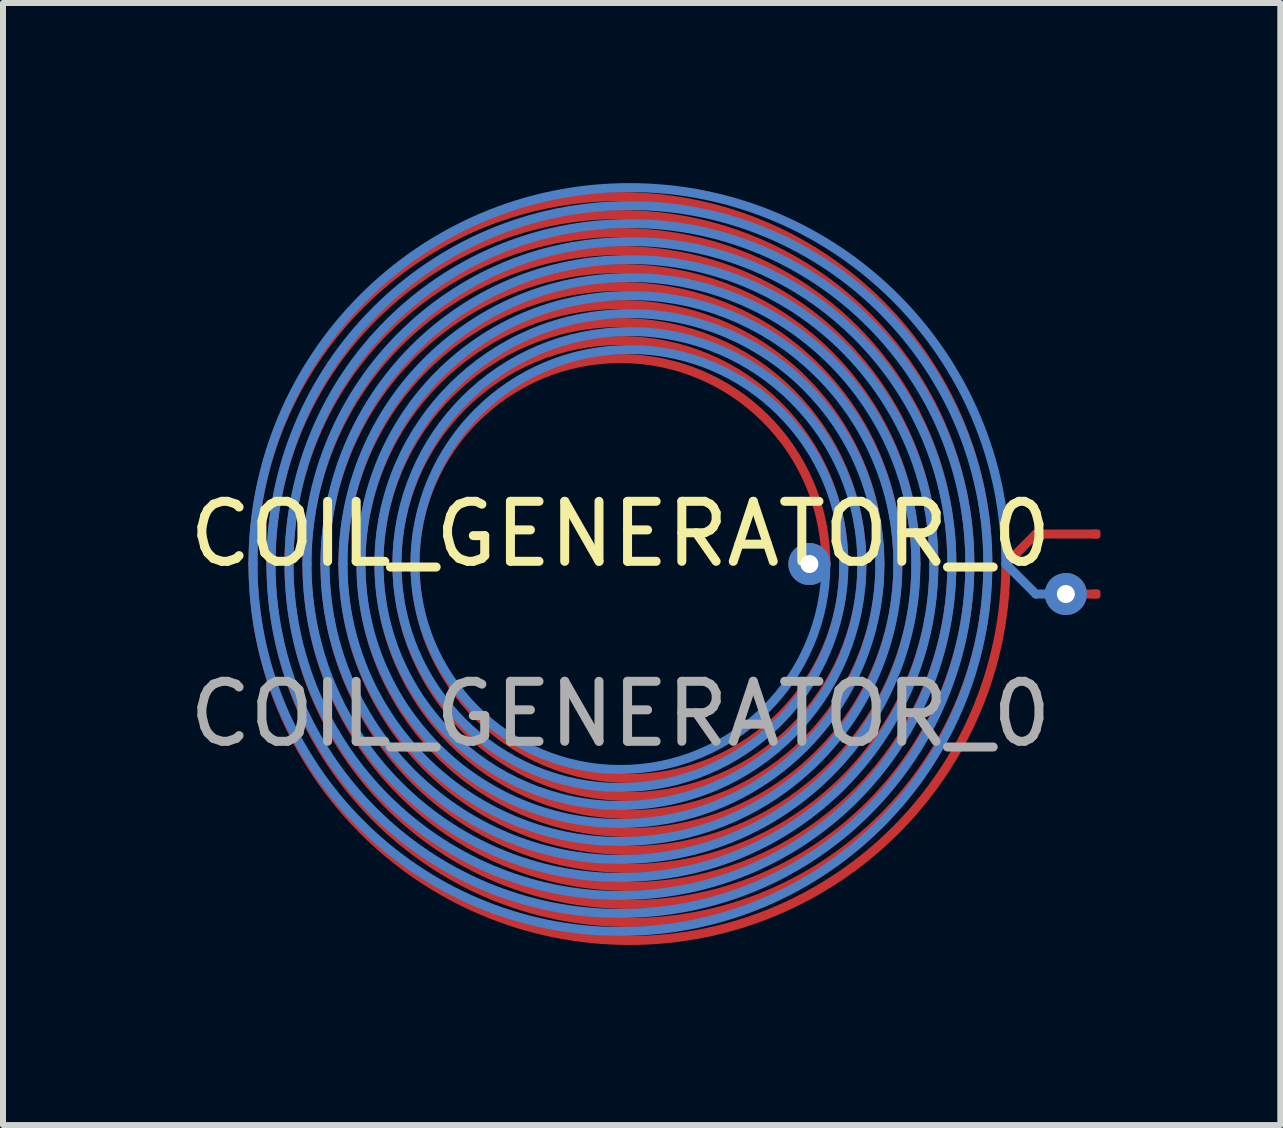
<source format=kicad_pcb>
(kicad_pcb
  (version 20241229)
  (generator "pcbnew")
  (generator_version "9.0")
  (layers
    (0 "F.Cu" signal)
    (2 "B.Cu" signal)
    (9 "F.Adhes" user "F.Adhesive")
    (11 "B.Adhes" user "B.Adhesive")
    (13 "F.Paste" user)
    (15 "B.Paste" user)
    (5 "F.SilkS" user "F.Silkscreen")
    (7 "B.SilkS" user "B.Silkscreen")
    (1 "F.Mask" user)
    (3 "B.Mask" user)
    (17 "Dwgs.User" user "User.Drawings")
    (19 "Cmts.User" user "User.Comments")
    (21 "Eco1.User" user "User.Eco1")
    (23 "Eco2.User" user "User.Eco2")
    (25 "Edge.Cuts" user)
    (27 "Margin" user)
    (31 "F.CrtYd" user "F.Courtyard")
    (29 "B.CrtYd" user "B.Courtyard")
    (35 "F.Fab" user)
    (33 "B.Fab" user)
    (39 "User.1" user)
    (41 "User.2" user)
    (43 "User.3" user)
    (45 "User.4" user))
  (footprint "COIL_GENERATOR_0"
    (layer "F.Cu")
    (at 7.292 6.352)
    (property "Reference" "COIL_GENERATOR_0" (at 0 -0.5 0) (unlocked yes) (layer "F.SilkS") (effects (font (size 1 1) (thickness 0.15))))
    (attr smd)
    (fp_line (start 6.425 0) (end 6.925 -0.5) (stroke (width 0.15) (type solid)) (layer "F.Cu"))
    (fp_line (start 6.925 -0.5) (end 7.925 -0.5) (stroke (width 0.15) (type solid)) (layer "F.Cu"))
    (fp_line (start 7.425 0.5) (end 7.925 0.5) (stroke (width 0.15) (type solid)) (layer "F.Cu"))
    (fp_arc (start -6.125 0) (mid 0 -6.125) (end 6.125 0) (stroke (width 0.15) (type solid)) (layer "F.Cu"))
    (fp_arc (start -5.825 0) (mid 0 -5.825) (end 5.825 0) (stroke (width 0.15) (type solid)) (layer "F.Cu"))
    (fp_arc (start -5.525 0) (mid 0 -5.525) (end 5.525 0) (stroke (width 0.15) (type solid)) (layer "F.Cu"))
    (fp_arc (start -5.225 0) (mid 0 -5.225) (end 5.225 0) (stroke (width 0.15) (type solid)) (layer "F.Cu"))
    (fp_arc (start -4.925 0) (mid 0 -4.925) (end 4.925 0) (stroke (width 0.15) (type solid)) (layer "F.Cu"))
    (fp_arc (start -4.625 0) (mid 0 -4.625) (end 4.625 0) (stroke (width 0.15) (type solid)) (layer "F.Cu"))
    (fp_arc (start -4.325 0) (mid 0 -4.325) (end 4.325 0) (stroke (width 0.15) (type solid)) (layer "F.Cu"))
    (fp_arc (start -4.025 0) (mid 0 -4.025) (end 4.025 0) (stroke (width 0.15) (type solid)) (layer "F.Cu"))
    (fp_arc (start -3.725 0) (mid 0 -3.725) (end 3.725 0) (stroke (width 0.15) (type solid)) (layer "F.Cu"))
    (fp_arc (start -3.425 0) (mid 0 -3.425) (end 3.425 0) (stroke (width 0.15) (type solid)) (layer "F.Cu"))
    (fp_arc (start 3.725 0) (mid 0 3.575) (end -3.425 0) (stroke (width 0.15) (type solid)) (layer "F.Cu"))
    (fp_arc (start 4.025 0) (mid 0 3.875) (end -3.725 0) (stroke (width 0.15) (type solid)) (layer "F.Cu"))
    (fp_arc (start 4.325 0) (mid 0 4.175) (end -4.025 0) (stroke (width 0.15) (type solid)) (layer "F.Cu"))
    (fp_arc (start 4.625 0) (mid 0 4.475) (end -4.325 0) (stroke (width 0.15) (type solid)) (layer "F.Cu"))
    (fp_arc (start 4.925 0) (mid 0 4.775) (end -4.625 0) (stroke (width 0.15) (type solid)) (layer "F.Cu"))
    (fp_arc (start 5.225 0) (mid 0 5.075) (end -4.925 0) (stroke (width 0.15) (type solid)) (layer "F.Cu"))
    (fp_arc (start 5.525 0) (mid 0 5.375) (end -5.225 0) (stroke (width 0.15) (type solid)) (layer "F.Cu"))
    (fp_arc (start 5.825 0) (mid 0 5.675) (end -5.525 0) (stroke (width 0.15) (type solid)) (layer "F.Cu"))
    (fp_arc (start 6.125 0) (mid 0 5.975) (end -5.825 0) (stroke (width 0.15) (type solid)) (layer "F.Cu"))
    (fp_arc (start 6.425 0) (mid 0 6.275) (end -6.125 0) (stroke (width 0.15) (type solid)) (layer "F.Cu"))
    (fp_line (start 6.425 0) (end 6.925 0.5) (stroke (width 0.15) (type solid)) (layer "B.Cu"))
    (fp_line (start 6.925 0.5) (end 7.425 0.5) (stroke (width 0.15) (type solid)) (layer "B.Cu"))
    (fp_arc (start -6.125 0) (mid 0 -6.275) (end 6.425 0) (stroke (width 0.15) (type solid)) (layer "B.Cu"))
    (fp_arc (start -5.825 0) (mid 0 -5.975) (end 6.125 0) (stroke (width 0.15) (type solid)) (layer "B.Cu"))
    (fp_arc (start -5.525 0) (mid 0 -5.675) (end 5.825 0) (stroke (width 0.15) (type solid)) (layer "B.Cu"))
    (fp_arc (start -5.225 0) (mid 0 -5.375) (end 5.525 0) (stroke (width 0.15) (type solid)) (layer "B.Cu"))
    (fp_arc (start -4.925 0) (mid 0 -5.075) (end 5.225 0) (stroke (width 0.15) (type solid)) (layer "B.Cu"))
    (fp_arc (start -4.625 0) (mid 0 -4.775) (end 4.925 0) (stroke (width 0.15) (type solid)) (layer "B.Cu"))
    (fp_arc (start -4.325 0) (mid 0 -4.475) (end 4.625 0) (stroke (width 0.15) (type solid)) (layer "B.Cu"))
    (fp_arc (start -4.025 0) (mid 0 -4.175) (end 4.325 0) (stroke (width 0.15) (type solid)) (layer "B.Cu"))
    (fp_arc (start -3.725 0) (mid 0 -3.875) (end 4.025 0) (stroke (width 0.15) (type solid)) (layer "B.Cu"))
    (fp_arc (start -3.425 0) (mid 0 -3.575) (end 3.725 0) (stroke (width 0.15) (type solid)) (layer "B.Cu"))
    (fp_arc (start 3.425 0) (mid 0 3.425) (end -3.425 0) (stroke (width 0.15) (type solid)) (layer "B.Cu"))
    (fp_arc (start 3.725 0) (mid 0 3.725) (end -3.725 0) (stroke (width 0.15) (type solid)) (layer "B.Cu"))
    (fp_arc (start 4.025 0) (mid 0 4.025) (end -4.025 0) (stroke (width 0.15) (type solid)) (layer "B.Cu"))
    (fp_arc (start 4.325 0) (mid 0 4.325) (end -4.325 0) (stroke (width 0.15) (type solid)) (layer "B.Cu"))
    (fp_arc (start 4.625 0) (mid 0 4.625) (end -4.625 0) (stroke (width 0.15) (type solid)) (layer "B.Cu"))
    (fp_arc (start 4.925 0) (mid 0 4.925) (end -4.925 0) (stroke (width 0.15) (type solid)) (layer "B.Cu"))
    (fp_arc (start 5.225 0) (mid 0 5.225) (end -5.225 0) (stroke (width 0.15) (type solid)) (layer "B.Cu"))
    (fp_arc (start 5.525 0) (mid 0 5.525) (end -5.525 0) (stroke (width 0.15) (type solid)) (layer "B.Cu"))
    (fp_arc (start 5.825 0) (mid 0 5.825) (end -5.825 0) (stroke (width 0.15) (type solid)) (layer "B.Cu"))
    (fp_arc (start 6.125 0) (mid 0 6.125) (end -6.125 0) (stroke (width 0.15) (type solid)) (layer "B.Cu"))
    (fp_text user "${REFERENCE}" (at 0 2.5 0) (unlocked yes) (layer "F.Fab") (effects (font (size 1 1) (thickness 0.15))))
    (pad "" thru_hole circle (at 3.15 0) (size 0.7 0.7) (drill 0.3) (layers "*.Cu" "*.Mask"))
    (pad "" thru_hole circle (at 7.425 0.5) (size 0.7 0.7) (drill 0.3) (layers "*.Cu" "*.Mask"))
    (pad "1" smd roundrect (at 7.925 -0.5) (size 0.15 0.15) (layers "F.Cu") (roundrect_rratio 0.25))
    (pad "2" smd roundrect (at 7.925 0.5) (size 0.15 0.15) (layers "F.Cu") (roundrect_rratio 0.25)))
  (gr_rect
    (start -3 -3)
    (end 18.292 15.704)
    (stroke (width 0.1) (type default))
    (fill no)
    (layer "Edge.Cuts")))
</source>
